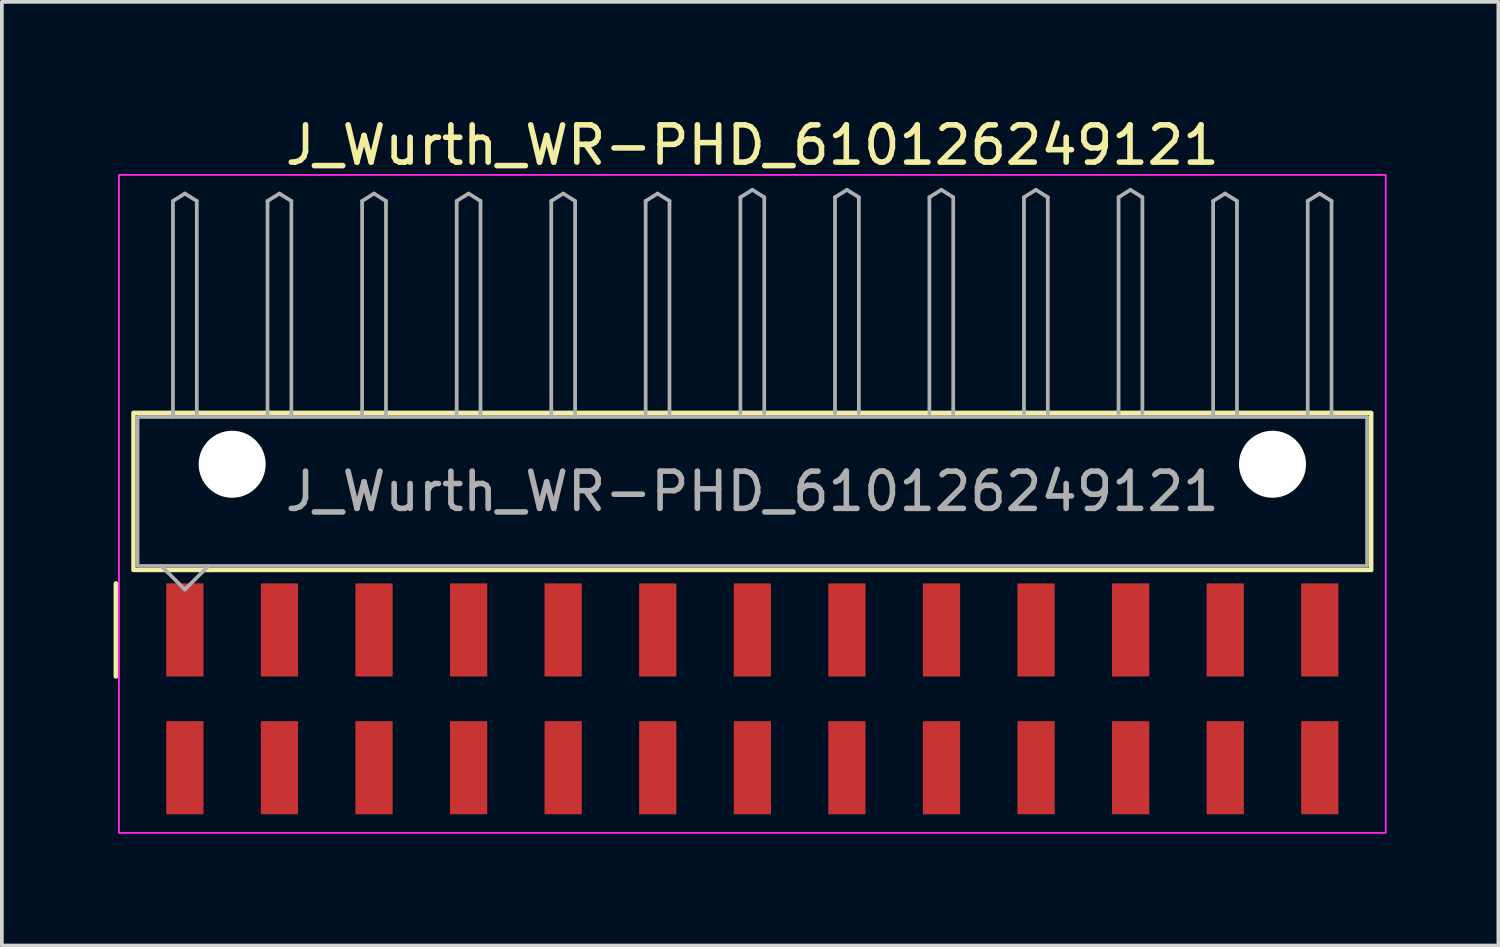
<source format=kicad_pcb>
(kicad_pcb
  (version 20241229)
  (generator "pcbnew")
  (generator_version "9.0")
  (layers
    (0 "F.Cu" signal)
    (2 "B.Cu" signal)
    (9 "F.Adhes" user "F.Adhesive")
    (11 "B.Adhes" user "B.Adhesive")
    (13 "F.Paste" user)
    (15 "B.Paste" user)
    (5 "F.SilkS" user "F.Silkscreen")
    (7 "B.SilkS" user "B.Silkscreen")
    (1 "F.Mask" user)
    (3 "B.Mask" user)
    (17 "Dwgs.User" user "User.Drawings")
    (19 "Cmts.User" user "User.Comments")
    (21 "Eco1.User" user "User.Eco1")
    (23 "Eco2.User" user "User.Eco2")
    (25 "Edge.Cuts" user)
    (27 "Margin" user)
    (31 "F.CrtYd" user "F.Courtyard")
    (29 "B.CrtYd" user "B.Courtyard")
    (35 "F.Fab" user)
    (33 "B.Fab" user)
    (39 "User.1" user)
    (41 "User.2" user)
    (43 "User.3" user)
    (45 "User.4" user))
  (footprint "J_Wurth_WR-PHD_610126249121"
    (layer "F.Cu")
    (at 17.155 10.148)
    (property "Reference" "J_Wurth_WR-PHD_610126249121" (at 0 -9.3 0) (unlocked yes) (layer "F.SilkS") (effects (font (size 1 1) (thickness 0.15))))
    (attr smd)
    (fp_line (start -17.095 2.47) (end -17.095 4.97) (stroke (width 0.12) (type solid)) (layer "F.SilkS"))
    (fp_rect (start -16.62 -2.11) (end 16.62 2.11) (stroke (width 0.12) (type solid)) (fill no) (layer "F.SilkS"))
    (fp_rect (start -17.01 -8.5) (end 17.01 9.17) (stroke (width 0.05) (type solid)) (fill no) (layer "F.CrtYd"))
    (fp_line (start -15.56 -7.8) (end -15.56 -2) (stroke (width 0.1) (type solid)) (layer "F.Fab"))
    (fp_line (start -15.24 -8) (end -15.56 -7.8) (stroke (width 0.1) (type solid)) (layer "F.Fab"))
    (fp_line (start -15.24 2.635) (end -15.875 2) (stroke (width 0.1) (type default)) (layer "F.Fab"))
    (fp_line (start -14.92 -7.8) (end -15.24 -8) (stroke (width 0.1) (type solid)) (layer "F.Fab"))
    (fp_line (start -14.92 -2) (end -14.92 -7.8) (stroke (width 0.1) (type solid)) (layer "F.Fab"))
    (fp_line (start -14.605 2) (end -15.24 2.635) (stroke (width 0.1) (type default)) (layer "F.Fab"))
    (fp_line (start -13.02 -7.8) (end -13.02 -2) (stroke (width 0.1) (type solid)) (layer "F.Fab"))
    (fp_line (start -12.7 -8) (end -13.02 -7.8) (stroke (width 0.1) (type solid)) (layer "F.Fab"))
    (fp_line (start -12.38 -7.8) (end -12.7 -8) (stroke (width 0.1) (type solid)) (layer "F.Fab"))
    (fp_line (start -12.38 -2) (end -12.38 -7.8) (stroke (width 0.1) (type solid)) (layer "F.Fab"))
    (fp_line (start -10.48 -7.8) (end -10.48 -2) (stroke (width 0.1) (type solid)) (layer "F.Fab"))
    (fp_line (start -10.16 -8) (end -10.48 -7.8) (stroke (width 0.1) (type solid)) (layer "F.Fab"))
    (fp_line (start -9.84 -7.8) (end -10.16 -8) (stroke (width 0.1) (type solid)) (layer "F.Fab"))
    (fp_line (start -9.84 -2) (end -9.84 -7.8) (stroke (width 0.1) (type solid)) (layer "F.Fab"))
    (fp_line (start -7.94 -7.8) (end -7.94 -2) (stroke (width 0.1) (type solid)) (layer "F.Fab"))
    (fp_line (start -7.62 -8) (end -7.94 -7.8) (stroke (width 0.1) (type solid)) (layer "F.Fab"))
    (fp_line (start -7.3 -7.8) (end -7.62 -8) (stroke (width 0.1) (type solid)) (layer "F.Fab"))
    (fp_line (start -7.3 -2) (end -7.3 -7.8) (stroke (width 0.1) (type solid)) (layer "F.Fab"))
    (fp_line (start -5.4 -7.8) (end -5.4 -2) (stroke (width 0.1) (type solid)) (layer "F.Fab"))
    (fp_line (start -5.08 -8) (end -5.4 -7.8) (stroke (width 0.1) (type solid)) (layer "F.Fab"))
    (fp_line (start -4.76 -7.8) (end -5.08 -8) (stroke (width 0.1) (type solid)) (layer "F.Fab"))
    (fp_line (start -4.76 -2) (end -4.76 -7.8) (stroke (width 0.1) (type solid)) (layer "F.Fab"))
    (fp_line (start -2.865 -7.8) (end -2.865 -2) (stroke (width 0.1) (type solid)) (layer "F.Fab"))
    (fp_line (start -2.545 -8) (end -2.865 -7.8) (stroke (width 0.1) (type solid)) (layer "F.Fab"))
    (fp_line (start -2.225 -7.8) (end -2.545 -8) (stroke (width 0.1) (type solid)) (layer "F.Fab"))
    (fp_line (start -2.225 -2) (end -2.225 -7.8) (stroke (width 0.1) (type solid)) (layer "F.Fab"))
    (fp_line (start -0.32 -7.9) (end -0.32 -2.1) (stroke (width 0.1) (type solid)) (layer "F.Fab"))
    (fp_line (start 0 -8.1) (end -0.32 -7.9) (stroke (width 0.1) (type solid)) (layer "F.Fab"))
    (fp_line (start 0.32 -7.9) (end 0 -8.1) (stroke (width 0.1) (type solid)) (layer "F.Fab"))
    (fp_line (start 0.32 -2.1) (end 0.32 -7.9) (stroke (width 0.1) (type solid)) (layer "F.Fab"))
    (fp_line (start 2.22 -7.9) (end 2.22 -2.1) (stroke (width 0.1) (type solid)) (layer "F.Fab"))
    (fp_line (start 2.54 -8.1) (end 2.22 -7.9) (stroke (width 0.1) (type solid)) (layer "F.Fab"))
    (fp_line (start 2.86 -7.9) (end 2.54 -8.1) (stroke (width 0.1) (type solid)) (layer "F.Fab"))
    (fp_line (start 2.86 -2.1) (end 2.86 -7.9) (stroke (width 0.1) (type solid)) (layer "F.Fab"))
    (fp_line (start 4.755 -7.9) (end 4.755 -2.1) (stroke (width 0.1) (type solid)) (layer "F.Fab"))
    (fp_line (start 5.075 -8.1) (end 4.755 -7.9) (stroke (width 0.1) (type solid)) (layer "F.Fab"))
    (fp_line (start 5.395 -7.9) (end 5.075 -8.1) (stroke (width 0.1) (type solid)) (layer "F.Fab"))
    (fp_line (start 5.395 -2.1) (end 5.395 -7.9) (stroke (width 0.1) (type solid)) (layer "F.Fab"))
    (fp_line (start 7.295 -7.9) (end 7.295 -2.1) (stroke (width 0.1) (type solid)) (layer "F.Fab"))
    (fp_line (start 7.615 -8.1) (end 7.295 -7.9) (stroke (width 0.1) (type solid)) (layer "F.Fab"))
    (fp_line (start 7.935 -7.9) (end 7.615 -8.1) (stroke (width 0.1) (type solid)) (layer "F.Fab"))
    (fp_line (start 7.935 -2.1) (end 7.935 -7.9) (stroke (width 0.1) (type solid)) (layer "F.Fab"))
    (fp_line (start 9.835 -7.9) (end 9.835 -2.1) (stroke (width 0.1) (type solid)) (layer "F.Fab"))
    (fp_line (start 10.155 -8.1) (end 9.835 -7.9) (stroke (width 0.1) (type solid)) (layer "F.Fab"))
    (fp_line (start 10.475 -7.9) (end 10.155 -8.1) (stroke (width 0.1) (type solid)) (layer "F.Fab"))
    (fp_line (start 10.475 -2.1) (end 10.475 -7.9) (stroke (width 0.1) (type solid)) (layer "F.Fab"))
    (fp_line (start 12.375 -7.8) (end 12.375 -2) (stroke (width 0.1) (type solid)) (layer "F.Fab"))
    (fp_line (start 12.695 -8) (end 12.375 -7.8) (stroke (width 0.1) (type solid)) (layer "F.Fab"))
    (fp_line (start 13.015 -7.8) (end 12.695 -8) (stroke (width 0.1) (type solid)) (layer "F.Fab"))
    (fp_line (start 13.015 -2) (end 13.015 -7.8) (stroke (width 0.1) (type solid)) (layer "F.Fab"))
    (fp_line (start 14.915 -7.8) (end 14.915 -2) (stroke (width 0.1) (type solid)) (layer "F.Fab"))
    (fp_line (start 15.235 -8) (end 14.915 -7.8) (stroke (width 0.1) (type solid)) (layer "F.Fab"))
    (fp_line (start 15.555 -7.8) (end 15.235 -8) (stroke (width 0.1) (type solid)) (layer "F.Fab"))
    (fp_line (start 15.555 -2) (end 15.555 -7.8) (stroke (width 0.1) (type solid)) (layer "F.Fab"))
    (fp_rect (start -16.51 -2) (end 16.51 2) (stroke (width 0.1) (type solid)) (fill no) (layer "F.Fab"))
    (fp_text user "${REFERENCE}" (at 0 0 0) (unlocked yes) (layer "F.Fab") (effects (font (size 1 1) (thickness 0.15))))
    (pad "" np_thru_hole circle (at -13.97 -0.73) (size 1.8 1.8) (drill 1.8) (layers "*.Cu" "*.Mask"))
    (pad "" np_thru_hole circle (at 13.97 -0.73) (size 1.8 1.8) (drill 1.8) (layers "*.Cu" "*.Mask"))
    (pad "1" smd rect (at -15.24 3.72 180) (size 1 2.5) (layers "F.Cu" "F.Mask" "F.Paste"))
    (pad "2" smd rect (at -15.24 7.42 180) (size 1 2.5) (layers "F.Cu" "F.Mask" "F.Paste"))
    (pad "3" smd rect (at -12.7 3.72 180) (size 1 2.5) (layers "F.Cu" "F.Mask" "F.Paste"))
    (pad "4" smd rect (at -12.7 7.42 180) (size 1 2.5) (layers "F.Cu" "F.Mask" "F.Paste"))
    (pad "5" smd rect (at -10.16 3.72 180) (size 1 2.5) (layers "F.Cu" "F.Mask" "F.Paste"))
    (pad "6" smd rect (at -10.16 7.42 180) (size 1 2.5) (layers "F.Cu" "F.Mask" "F.Paste"))
    (pad "7" smd rect (at -7.62 3.72 180) (size 1 2.5) (layers "F.Cu" "F.Mask" "F.Paste"))
    (pad "8" smd rect (at -7.62 7.42 180) (size 1 2.5) (layers "F.Cu" "F.Mask" "F.Paste"))
    (pad "9" smd rect (at -5.08 3.72 180) (size 1 2.5) (layers "F.Cu" "F.Mask" "F.Paste"))
    (pad "10" smd rect (at -5.08 7.42 180) (size 1 2.5) (layers "F.Cu" "F.Mask" "F.Paste"))
    (pad "11" smd rect (at -2.54 3.72 180) (size 1 2.5) (layers "F.Cu" "F.Mask" "F.Paste"))
    (pad "12" smd rect (at -2.54 7.42 180) (size 1 2.5) (layers "F.Cu" "F.Mask" "F.Paste"))
    (pad "13" smd rect (at 0 3.72 180) (size 1 2.5) (layers "F.Cu" "F.Mask" "F.Paste"))
    (pad "14" smd rect (at 0 7.42 180) (size 1 2.5) (layers "F.Cu" "F.Mask" "F.Paste"))
    (pad "15" smd rect (at 2.54 3.72 180) (size 1 2.5) (layers "F.Cu" "F.Mask" "F.Paste"))
    (pad "16" smd rect (at 2.54 7.42 180) (size 1 2.5) (layers "F.Cu" "F.Mask" "F.Paste"))
    (pad "17" smd rect (at 5.08 3.72 180) (size 1 2.5) (layers "F.Cu" "F.Mask" "F.Paste"))
    (pad "18" smd rect (at 5.08 7.42 180) (size 1 2.5) (layers "F.Cu" "F.Mask" "F.Paste"))
    (pad "19" smd rect (at 7.62 3.72 180) (size 1 2.5) (layers "F.Cu" "F.Mask" "F.Paste"))
    (pad "20" smd rect (at 7.62 7.42 180) (size 1 2.5) (layers "F.Cu" "F.Mask" "F.Paste"))
    (pad "21" smd rect (at 10.16 3.72 180) (size 1 2.5) (layers "F.Cu" "F.Mask" "F.Paste"))
    (pad "21" smd rect (at 12.7 3.72 180) (size 1 2.5) (layers "F.Cu" "F.Mask" "F.Paste"))
    (pad "21" smd rect (at 15.24 3.72 180) (size 1 2.5) (layers "F.Cu" "F.Mask" "F.Paste"))
    (pad "22" smd rect (at 10.16 7.42 180) (size 1 2.5) (layers "F.Cu" "F.Mask" "F.Paste"))
    (pad "22" smd rect (at 12.7 7.42 180) (size 1 2.5) (layers "F.Cu" "F.Mask" "F.Paste"))
    (pad "22" smd rect (at 15.24 7.42 180) (size 1 2.5) (layers "F.Cu" "F.Mask" "F.Paste")))
  (gr_rect
    (start -3 -3)
    (end 37.19 22.343)
    (stroke (width 0.1) (type default))
    (fill no)
    (layer "Edge.Cuts")))
</source>
